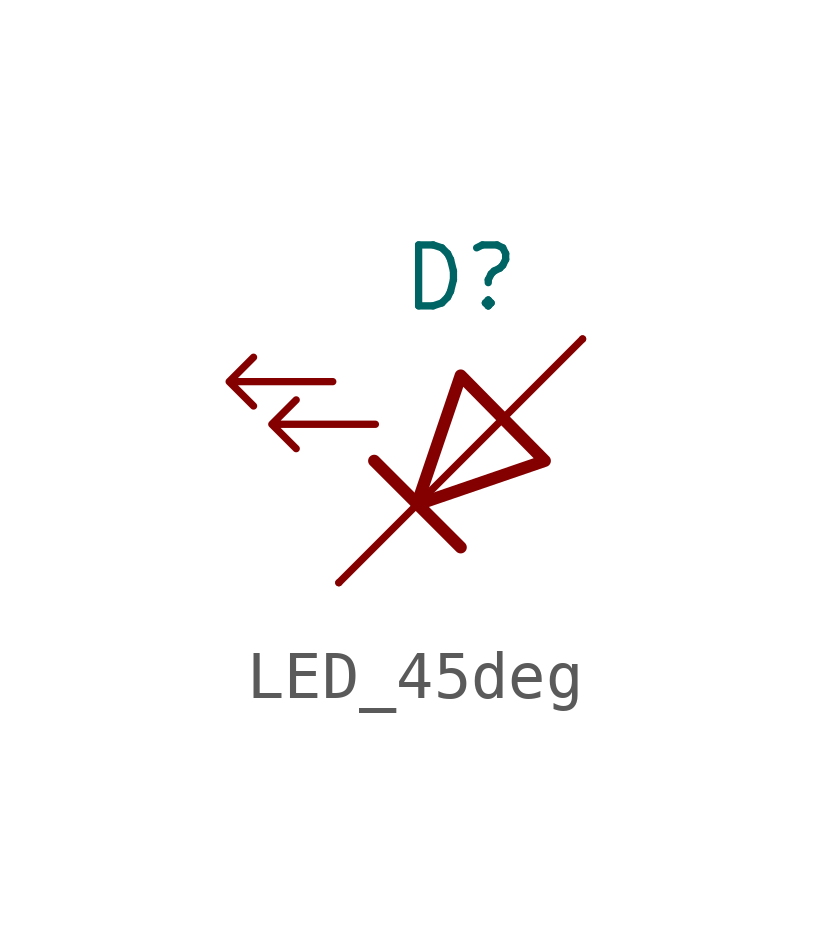
<source format=kicad_sym>
(kicad_symbol_lib
  (version 20211014)
  (generator kicad_symbol_editor)
  (symbol "LED_45deg"
    (pin_numbers hide)
    (pin_names hide)
    (property "Reference" "D"
      (at 0 3.81 0)
      (effects (font (size 1.27 1.27))))
    (symbol "LED_45deg_0_1"
      (polyline (pts (xy -1.803 0) (xy 0 -1.803)) (stroke (width 0.254) (type default) (color 0 0 0 0)) (fill (type none)))
      (polyline (pts (xy 2.54 2.54) (xy -2.54 -2.54)) (stroke (width 0) (type default) (color 0 0 0 0)) (fill (type none)))
      (polyline (pts (xy 1.753 0) (xy 0 1.778) (xy -0.914 -0.914) (xy 1.753 0)) (stroke (width 0.254) (type default) (color 0 0 0 0)) (fill (type none)))
      (polyline (pts (xy -2.667 1.651) (xy -4.826 1.651) (xy -4.318 1.143) (xy -4.826 1.651) (xy -4.318 2.159)) (stroke (width 0) (type default) (color 0 0 0 0)) (fill (type none)))
      (polyline (pts (xy -1.778 0.762) (xy -3.937 0.762) (xy -3.429 0.254) (xy -3.937 0.762) (xy -3.429 1.27)) (stroke (width 0) (type default) (color 0 0 0 0)) (fill (type none))))
    (symbol "LED_45deg_1_1"
      (pin passive line (at -2.54 -2.54 0) (length 0) (name "K" (effects (font (size 1.27 1.27)))) (number "1" (effects (font (size 1.27 1.27)))))
      (pin passive line (at 2.54 2.54 180) (length 0) (name "A" (effects (font (size 1.27 1.27)))) (number "2" (effects (font (size 1.27 1.27))))))))
</source>
